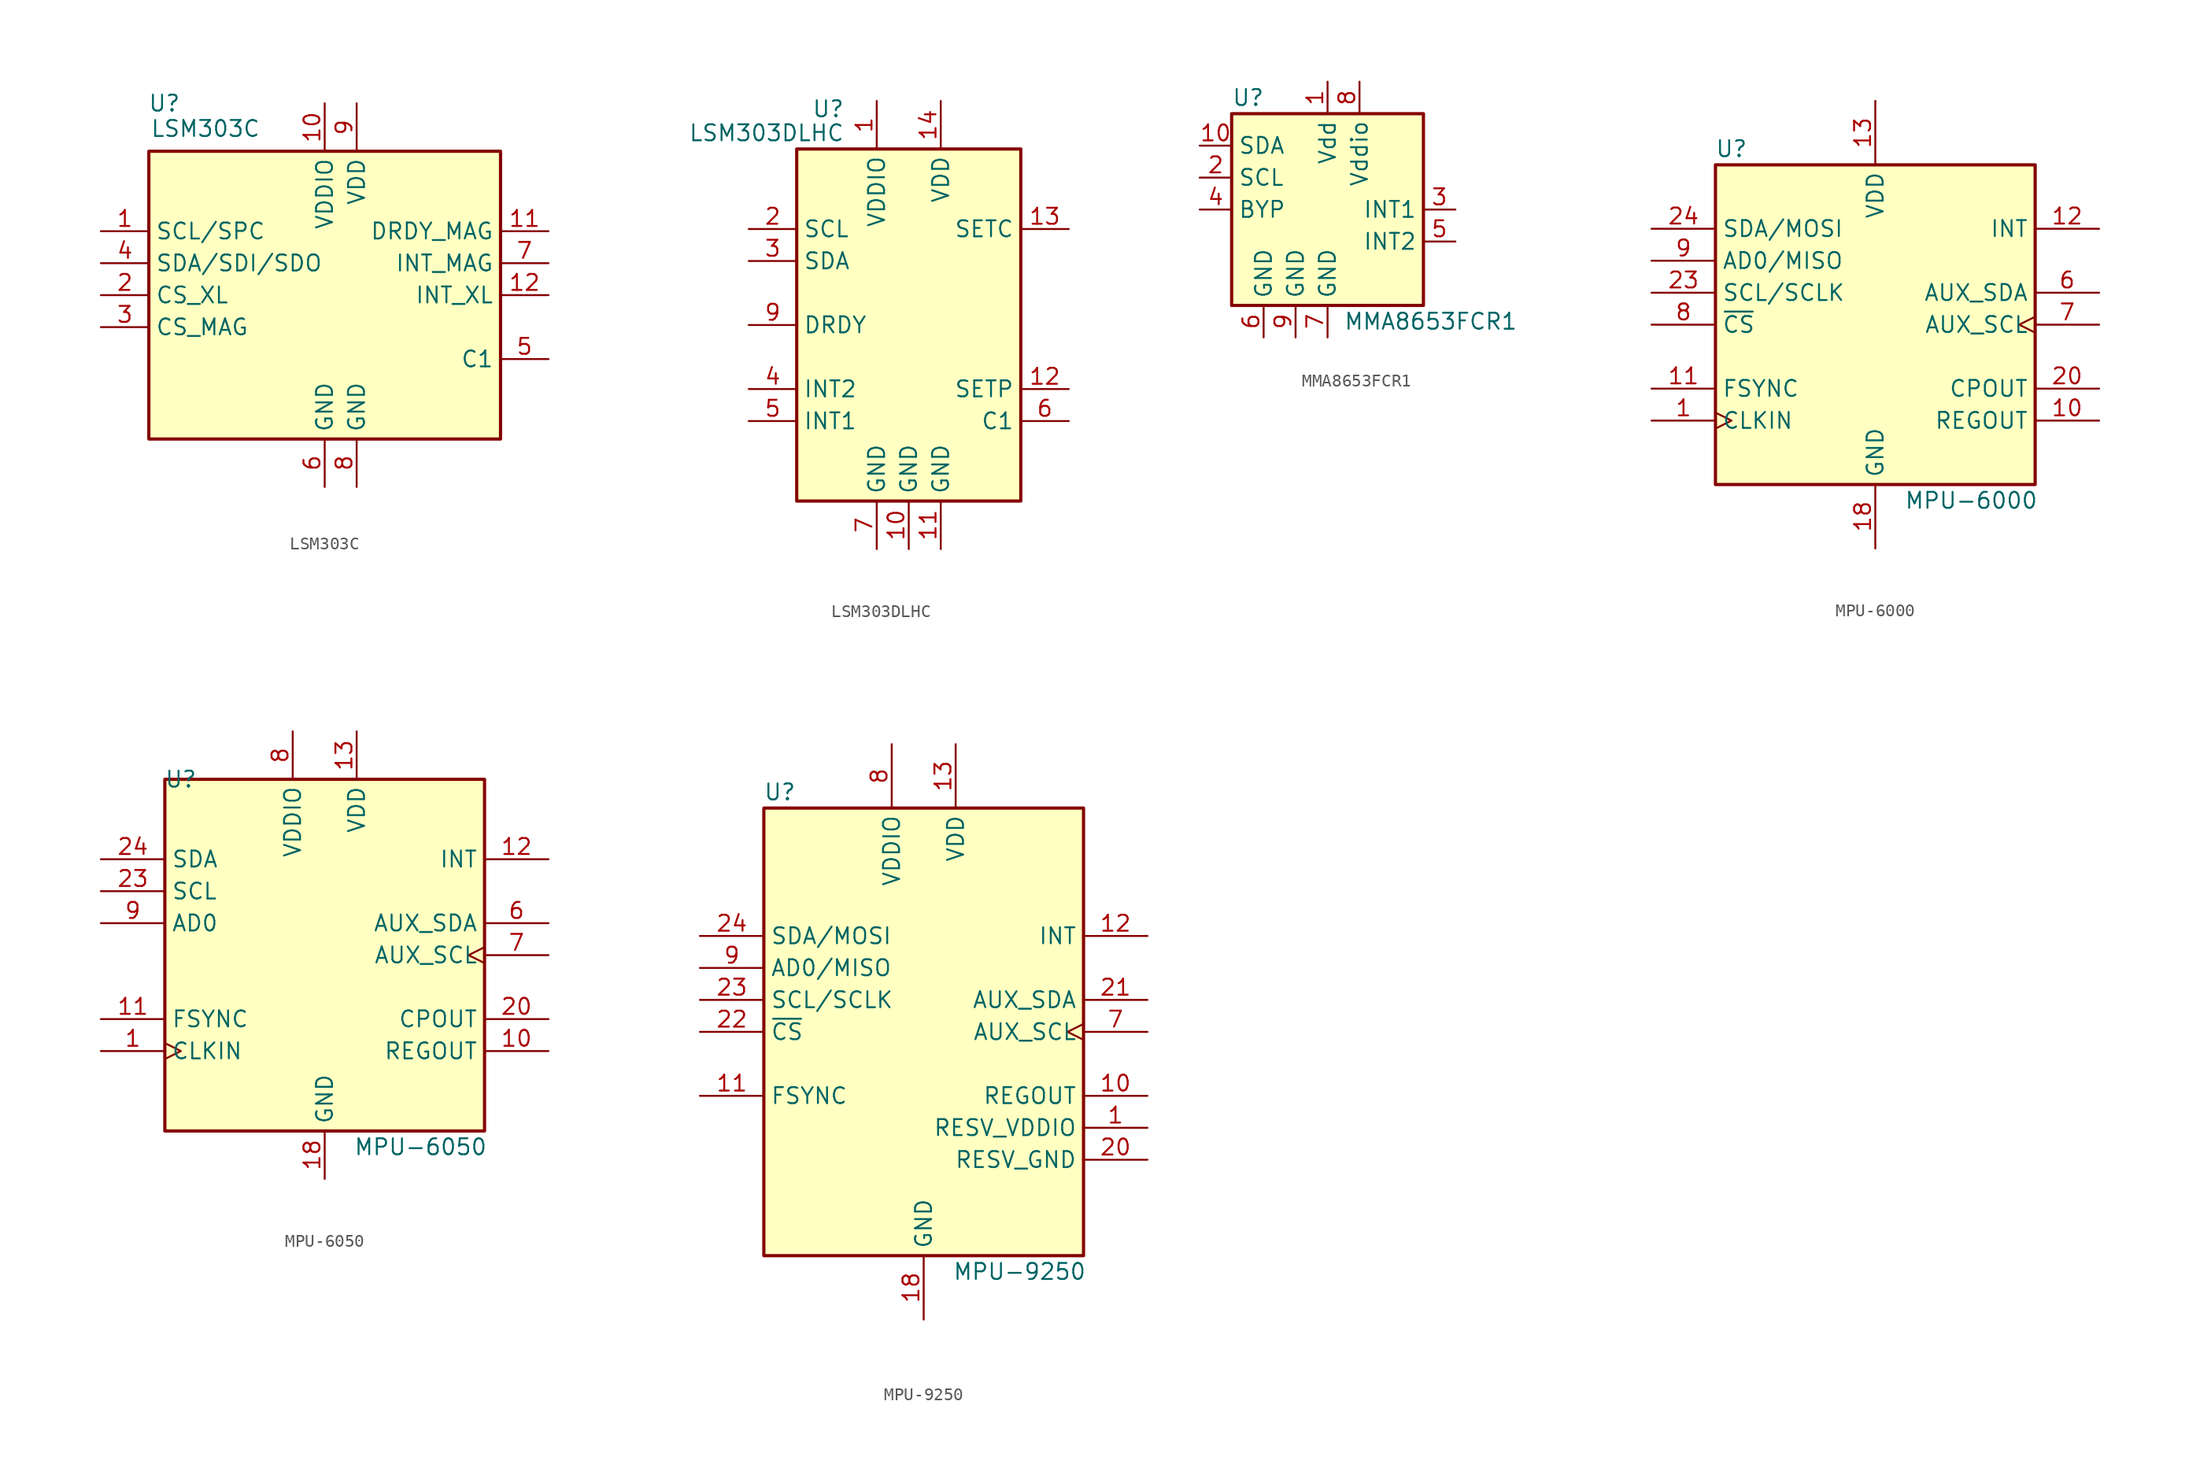
<source format=kicad_sym>
(kicad_symbol_lib
  (version 20211014)
  (generator kicad_symbol_editor)
  (symbol "LSM303C"
    (property "Reference" "U"
      (at -11.43 15.24 0)
      (effects (font (size 1.27 1.27)) (justify right)))
    (property "Value" "LSM303C"
      (at -5.08 13.97 0)
      (effects (font (size 1.27 1.27)) (justify right top)))
    (symbol "LSM303C_0_1"
      (rectangle (start 13.97 11.43) (end -13.97 -11.43) (stroke (width 0.254) (type default) (color 0 0 0 0)) (fill (type background))))
    (symbol "LSM303C_1_1"
      (pin output line (at -17.78 5.08 0) (length 3.81) (name "SCL/SPC" (effects (font (size 1.27 1.27)))) (number "1" (effects (font (size 1.27 1.27)))))
      (pin power_in line (at 0 15.24 270) (length 3.81) (name "VDDIO" (effects (font (size 1.27 1.27)))) (number "10" (effects (font (size 1.27 1.27)))))
      (pin output line (at 17.78 5.08 180) (length 3.81) (name "DRDY_MAG" (effects (font (size 1.27 1.27)))) (number "11" (effects (font (size 1.27 1.27)))))
      (pin output line (at 17.78 0 180) (length 3.81) (name "INT_XL" (effects (font (size 1.27 1.27)))) (number "12" (effects (font (size 1.27 1.27)))))
      (pin input line (at -17.78 0 0) (length 3.81) (name "CS_XL" (effects (font (size 1.27 1.27)))) (number "2" (effects (font (size 1.27 1.27)))))
      (pin input line (at -17.78 -2.54 0) (length 3.81) (name "CS_MAG" (effects (font (size 1.27 1.27)))) (number "3" (effects (font (size 1.27 1.27)))))
      (pin bidirectional line (at -17.78 2.54 0) (length 3.81) (name "SDA/SDI/SDO" (effects (font (size 1.27 1.27)))) (number "4" (effects (font (size 1.27 1.27)))))
      (pin passive line (at 17.78 -5.08 180) (length 3.81) (name "C1" (effects (font (size 1.27 1.27)))) (number "5" (effects (font (size 1.27 1.27)))))
      (pin power_in line (at 0 -15.24 90) (length 3.81) (name "GND" (effects (font (size 1.27 1.27)))) (number "6" (effects (font (size 1.27 1.27)))))
      (pin output line (at 17.78 2.54 180) (length 3.81) (name "INT_MAG" (effects (font (size 1.27 1.27)))) (number "7" (effects (font (size 1.27 1.27)))))
      (pin power_in line (at 2.54 -15.24 90) (length 3.81) (name "GND" (effects (font (size 1.27 1.27)))) (number "8" (effects (font (size 1.27 1.27)))))
      (pin power_in line (at 2.54 15.24 270) (length 3.81) (name "VDD" (effects (font (size 1.27 1.27)))) (number "9" (effects (font (size 1.27 1.27)))))))
  (symbol "LSM303DLHC"
    (property "Reference" "U"
      (at -5.08 17.145 0)
      (effects (font (size 1.27 1.27)) (justify right)))
    (property "Value" "LSM303DLHC"
      (at -5.08 15.24 0)
      (effects (font (size 1.27 1.27)) (justify right)))
    (symbol "LSM303DLHC_0_1"
      (rectangle (start 8.89 13.97) (end -8.89 -13.97) (stroke (width 0.254) (type default) (color 0 0 0 0)) (fill (type background))))
    (symbol "LSM303DLHC_1_1"
      (pin power_in line (at -2.54 17.78 270) (length 3.81) (name "VDDIO" (effects (font (size 1.27 1.27)))) (number "1" (effects (font (size 1.27 1.27)))))
      (pin power_in line (at 0 -17.78 90) (length 3.81) (name "GND" (effects (font (size 1.27 1.27)))) (number "10" (effects (font (size 1.27 1.27)))))
      (pin power_in line (at 2.54 -17.78 90) (length 3.81) (name "GND" (effects (font (size 1.27 1.27)))) (number "11" (effects (font (size 1.27 1.27)))))
      (pin passive line (at 12.7 -5.08 180) (length 3.81) (name "SETP" (effects (font (size 1.27 1.27)))) (number "12" (effects (font (size 1.27 1.27)))))
      (pin passive line (at 12.7 7.62 180) (length 3.81) (name "SETC" (effects (font (size 1.27 1.27)))) (number "13" (effects (font (size 1.27 1.27)))))
      (pin power_in line (at 2.54 17.78 270) (length 3.81) (name "VDD" (effects (font (size 1.27 1.27)))) (number "14" (effects (font (size 1.27 1.27)))))
      (pin input line (at -12.7 7.62 0) (length 3.81) (name "SCL" (effects (font (size 1.27 1.27)))) (number "2" (effects (font (size 1.27 1.27)))))
      (pin bidirectional line (at -12.7 5.08 0) (length 3.81) (name "SDA" (effects (font (size 1.27 1.27)))) (number "3" (effects (font (size 1.27 1.27)))))
      (pin output line (at -12.7 -5.08 0) (length 3.81) (name "INT2" (effects (font (size 1.27 1.27)))) (number "4" (effects (font (size 1.27 1.27)))))
      (pin output line (at -12.7 -7.62 0) (length 3.81) (name "INT1" (effects (font (size 1.27 1.27)))) (number "5" (effects (font (size 1.27 1.27)))))
      (pin passive line (at 12.7 -7.62 180) (length 3.81) (name "C1" (effects (font (size 1.27 1.27)))) (number "6" (effects (font (size 1.27 1.27)))))
      (pin power_in line (at -2.54 -17.78 90) (length 3.81) (name "GND" (effects (font (size 1.27 1.27)))) (number "7" (effects (font (size 1.27 1.27)))))
      (pin no_connect line (at 7.62 -2.54 180) (length 3.81) hide (name "NC" (effects (font (size 1.27 1.27)))) (number "8" (effects (font (size 1.27 1.27)))))
      (pin output line (at -12.7 0 0) (length 3.81) (name "DRDY" (effects (font (size 1.27 1.27)))) (number "9" (effects (font (size 1.27 1.27)))))))
  (symbol "MMA8653FCR1"
    (property "Reference" "U"
      (at -7.62 8.89 0)
      (effects (font (size 1.27 1.27)) (justify left)))
    (property "Value" "MMA8653FCR1"
      (at 1.27 -8.89 0)
      (effects (font (size 1.27 1.27)) (justify left)))
    (symbol "MMA8653FCR1_0_1"
      (rectangle (start -7.62 7.62) (end 7.62 -7.62) (stroke (width 0.254) (type default) (color 0 0 0 0)) (fill (type background))))
    (symbol "MMA8653FCR1_1_1"
      (pin power_in line (at 0 10.16 270) (length 2.54) (name "Vdd" (effects (font (size 1.27 1.27)))) (number "1" (effects (font (size 1.27 1.27)))))
      (pin input line (at -10.16 5.08 0) (length 2.54) (name "SDA" (effects (font (size 1.27 1.27)))) (number "10" (effects (font (size 1.27 1.27)))))
      (pin input line (at -10.16 2.54 0) (length 2.54) (name "SCL" (effects (font (size 1.27 1.27)))) (number "2" (effects (font (size 1.27 1.27)))))
      (pin output line (at 10.16 0 180) (length 2.54) (name "INT1" (effects (font (size 1.27 1.27)))) (number "3" (effects (font (size 1.27 1.27)))))
      (pin input line (at -10.16 0 0) (length 2.54) (name "BYP" (effects (font (size 1.27 1.27)))) (number "4" (effects (font (size 1.27 1.27)))))
      (pin output line (at 10.16 -2.54 180) (length 2.54) (name "INT2" (effects (font (size 1.27 1.27)))) (number "5" (effects (font (size 1.27 1.27)))))
      (pin power_in line (at -5.08 -10.16 90) (length 2.54) (name "GND" (effects (font (size 1.27 1.27)))) (number "6" (effects (font (size 1.27 1.27)))))
      (pin power_in line (at 0 -10.16 90) (length 2.54) (name "GND" (effects (font (size 1.27 1.27)))) (number "7" (effects (font (size 1.27 1.27)))))
      (pin power_in line (at 2.54 10.16 270) (length 2.54) (name "Vddio" (effects (font (size 1.27 1.27)))) (number "8" (effects (font (size 1.27 1.27)))))
      (pin power_in line (at -2.54 -10.16 90) (length 2.54) (name "GND" (effects (font (size 1.27 1.27)))) (number "9" (effects (font (size 1.27 1.27)))))))
  (symbol "MPU-6000"
    (property "Reference" "U"
      (at -11.43 13.97 0)
      (effects (font (size 1.27 1.27))))
    (property "Value" "MPU-6000"
      (at 7.62 -13.97 0)
      (effects (font (size 1.27 1.27))))
    (symbol "MPU-6000_0_1"
      (rectangle (start -12.7 12.7) (end 12.7 -12.7) (stroke (width 0.254) (type default) (color 0 0 0 0)) (fill (type background))))
    (symbol "MPU-6000_1_1"
      (pin input clock (at -17.78 -7.62 0) (length 5.08) (name "CLKIN" (effects (font (size 1.27 1.27)))) (number "1" (effects (font (size 1.27 1.27)))))
      (pin passive line (at 17.78 -7.62 180) (length 5.08) (name "REGOUT" (effects (font (size 1.27 1.27)))) (number "10" (effects (font (size 1.27 1.27)))))
      (pin input line (at -17.78 -5.08 0) (length 5.08) (name "FSYNC" (effects (font (size 1.27 1.27)))) (number "11" (effects (font (size 1.27 1.27)))))
      (pin output line (at 17.78 7.62 180) (length 5.08) (name "INT" (effects (font (size 1.27 1.27)))) (number "12" (effects (font (size 1.27 1.27)))))
      (pin power_in line (at 0 17.78 270) (length 5.08) (name "VDD" (effects (font (size 1.27 1.27)))) (number "13" (effects (font (size 1.27 1.27)))))
      (pin power_in line (at 0 -17.78 90) (length 5.08) (name "GND" (effects (font (size 1.27 1.27)))) (number "18" (effects (font (size 1.27 1.27)))))
      (pin passive line (at 17.78 -5.08 180) (length 5.08) (name "CPOUT" (effects (font (size 1.27 1.27)))) (number "20" (effects (font (size 1.27 1.27)))))
      (pin input line (at -17.78 2.54 0) (length 5.08) (name "SCL/SCLK" (effects (font (size 1.27 1.27)))) (number "23" (effects (font (size 1.27 1.27)))))
      (pin bidirectional line (at -17.78 7.62 0) (length 5.08) (name "SDA/MOSI" (effects (font (size 1.27 1.27)))) (number "24" (effects (font (size 1.27 1.27)))))
      (pin bidirectional line (at 17.78 2.54 180) (length 5.08) (name "AUX_SDA" (effects (font (size 1.27 1.27)))) (number "6" (effects (font (size 1.27 1.27)))))
      (pin output clock (at 17.78 0 180) (length 5.08) (name "AUX_SCL" (effects (font (size 1.27 1.27)))) (number "7" (effects (font (size 1.27 1.27)))))
      (pin input line (at -17.78 0 0) (length 5.08) (name "~{CS}" (effects (font (size 1.27 1.27)))) (number "8" (effects (font (size 1.27 1.27)))))
      (pin bidirectional line (at -17.78 5.08 0) (length 5.08) (name "AD0/MISO" (effects (font (size 1.27 1.27)))) (number "9" (effects (font (size 1.27 1.27)))))))
  (symbol "MPU-6050"
    (property "Reference" "U"
      (at -11.43 13.97 0)
      (effects (font (size 1.27 1.27))))
    (property "Value" "MPU-6050"
      (at 7.62 -15.24 0)
      (effects (font (size 1.27 1.27))))
    (symbol "MPU-6050_0_0"
      (text "" (at 12.7 -2.54 0) (effects (font (size 1.27 1.27)))))
    (symbol "MPU-6050_0_1"
      (rectangle (start -12.7 13.97) (end 12.7 -13.97) (stroke (width 0.254) (type default) (color 0 0 0 0)) (fill (type background))))
    (symbol "MPU-6050_1_1"
      (pin input clock (at -17.78 -7.62 0) (length 5.08) (name "CLKIN" (effects (font (size 1.27 1.27)))) (number "1" (effects (font (size 1.27 1.27)))))
      (pin passive line (at 17.78 -7.62 180) (length 5.08) (name "REGOUT" (effects (font (size 1.27 1.27)))) (number "10" (effects (font (size 1.27 1.27)))))
      (pin input line (at -17.78 -5.08 0) (length 5.08) (name "FSYNC" (effects (font (size 1.27 1.27)))) (number "11" (effects (font (size 1.27 1.27)))))
      (pin output line (at 17.78 7.62 180) (length 5.08) (name "INT" (effects (font (size 1.27 1.27)))) (number "12" (effects (font (size 1.27 1.27)))))
      (pin power_in line (at 2.54 17.78 270) (length 3.81) (name "VDD" (effects (font (size 1.27 1.27)))) (number "13" (effects (font (size 1.27 1.27)))))
      (pin no_connect line (at -12.7 -10.16 0) (length 2.54) hide (name "NC" (effects (font (size 1.27 1.27)))) (number "14" (effects (font (size 1.27 1.27)))))
      (pin no_connect line (at 12.7 12.7 180) (length 2.54) hide (name "NC" (effects (font (size 1.27 1.27)))) (number "15" (effects (font (size 1.27 1.27)))))
      (pin no_connect line (at 12.7 10.16 180) (length 2.54) hide (name "NC" (effects (font (size 1.27 1.27)))) (number "16" (effects (font (size 1.27 1.27)))))
      (pin no_connect line (at 12.7 5.08 180) (length 2.54) hide (name "NC" (effects (font (size 1.27 1.27)))) (number "17" (effects (font (size 1.27 1.27)))))
      (pin power_in line (at 0 -17.78 90) (length 3.81) (name "GND" (effects (font (size 1.27 1.27)))) (number "18" (effects (font (size 1.27 1.27)))))
      (pin no_connect line (at 12.7 -10.16 180) (length 2.54) hide (name "NC" (effects (font (size 1.27 1.27)))) (number "19" (effects (font (size 1.27 1.27)))))
      (pin no_connect line (at -12.7 12.7 0) (length 2.54) hide (name "NC" (effects (font (size 1.27 1.27)))) (number "2" (effects (font (size 1.27 1.27)))))
      (pin passive line (at 17.78 -5.08 180) (length 5.08) (name "CPOUT" (effects (font (size 1.27 1.27)))) (number "20" (effects (font (size 1.27 1.27)))))
      (pin no_connect line (at 12.7 -2.54 180) (length 2.54) hide (name "NC" (effects (font (size 1.27 1.27)))) (number "21" (effects (font (size 1.27 1.27)))))
      (pin no_connect line (at 12.7 -12.7 180) (length 2.54) hide (name "NC" (effects (font (size 1.27 1.27)))) (number "22" (effects (font (size 1.27 1.27)))))
      (pin input line (at -17.78 5.08 0) (length 5.08) (name "SCL" (effects (font (size 1.27 1.27)))) (number "23" (effects (font (size 1.27 1.27)))))
      (pin bidirectional line (at -17.78 7.62 0) (length 5.08) (name "SDA" (effects (font (size 1.27 1.27)))) (number "24" (effects (font (size 1.27 1.27)))))
      (pin no_connect line (at -12.7 10.16 0) (length 2.54) hide (name "NC" (effects (font (size 1.27 1.27)))) (number "3" (effects (font (size 1.27 1.27)))))
      (pin no_connect line (at -12.7 0 0) (length 2.54) hide (name "NC" (effects (font (size 1.27 1.27)))) (number "4" (effects (font (size 1.27 1.27)))))
      (pin no_connect line (at -12.7 -2.54 0) (length 2.54) hide (name "NC" (effects (font (size 1.27 1.27)))) (number "5" (effects (font (size 1.27 1.27)))))
      (pin bidirectional line (at 17.78 2.54 180) (length 5.08) (name "AUX_SDA" (effects (font (size 1.27 1.27)))) (number "6" (effects (font (size 1.27 1.27)))))
      (pin output clock (at 17.78 0 180) (length 5.08) (name "AUX_SCL" (effects (font (size 1.27 1.27)))) (number "7" (effects (font (size 1.27 1.27)))))
      (pin power_in line (at -2.54 17.78 270) (length 3.81) (name "VDDIO" (effects (font (size 1.27 1.27)))) (number "8" (effects (font (size 1.27 1.27)))))
      (pin input line (at -17.78 2.54 0) (length 5.08) (name "AD0" (effects (font (size 1.27 1.27)))) (number "9" (effects (font (size 1.27 1.27)))))))
  (symbol "MPU-9250"
    (property "Reference" "U"
      (at -11.43 19.05 0)
      (effects (font (size 1.27 1.27))))
    (property "Value" "MPU-9250"
      (at 7.62 -19.05 0)
      (effects (font (size 1.27 1.27))))
    (symbol "MPU-9250_0_1"
      (rectangle (start -12.7 17.78) (end 12.7 -17.78) (stroke (width 0.254) (type default) (color 0 0 0 0)) (fill (type background))))
    (symbol "MPU-9250_1_1"
      (pin input line (at 17.78 -7.62 180) (length 5.08) (name "RESV_VDDIO" (effects (font (size 1.27 1.27)))) (number "1" (effects (font (size 1.27 1.27)))))
      (pin passive line (at 17.78 -5.08 180) (length 5.08) (name "REGOUT" (effects (font (size 1.27 1.27)))) (number "10" (effects (font (size 1.27 1.27)))))
      (pin input line (at -17.78 -5.08 0) (length 5.08) (name "FSYNC" (effects (font (size 1.27 1.27)))) (number "11" (effects (font (size 1.27 1.27)))))
      (pin output line (at 17.78 7.62 180) (length 5.08) (name "INT" (effects (font (size 1.27 1.27)))) (number "12" (effects (font (size 1.27 1.27)))))
      (pin power_in line (at 2.54 22.86 270) (length 5.08) (name "VDD" (effects (font (size 1.27 1.27)))) (number "13" (effects (font (size 1.27 1.27)))))
      (pin power_in line (at 0 -22.86 90) (length 5.08) (name "GND" (effects (font (size 1.27 1.27)))) (number "18" (effects (font (size 1.27 1.27)))))
      (pin power_in line (at 17.78 -10.16 180) (length 5.08) (name "RESV_GND" (effects (font (size 1.27 1.27)))) (number "20" (effects (font (size 1.27 1.27)))))
      (pin bidirectional line (at 17.78 2.54 180) (length 5.08) (name "AUX_SDA" (effects (font (size 1.27 1.27)))) (number "21" (effects (font (size 1.27 1.27)))))
      (pin input line (at -17.78 0 0) (length 5.08) (name "~{CS}" (effects (font (size 1.27 1.27)))) (number "22" (effects (font (size 1.27 1.27)))))
      (pin input line (at -17.78 2.54 0) (length 5.08) (name "SCL/SCLK" (effects (font (size 1.27 1.27)))) (number "23" (effects (font (size 1.27 1.27)))))
      (pin bidirectional line (at -17.78 7.62 0) (length 5.08) (name "SDA/MOSI" (effects (font (size 1.27 1.27)))) (number "24" (effects (font (size 1.27 1.27)))))
      (pin output clock (at 17.78 0 180) (length 5.08) (name "AUX_SCL" (effects (font (size 1.27 1.27)))) (number "7" (effects (font (size 1.27 1.27)))))
      (pin power_in line (at -2.54 22.86 270) (length 5.08) (name "VDDIO" (effects (font (size 1.27 1.27)))) (number "8" (effects (font (size 1.27 1.27)))))
      (pin bidirectional line (at -17.78 5.08 0) (length 5.08) (name "AD0/MISO" (effects (font (size 1.27 1.27)))) (number "9" (effects (font (size 1.27 1.27))))))))
</source>
